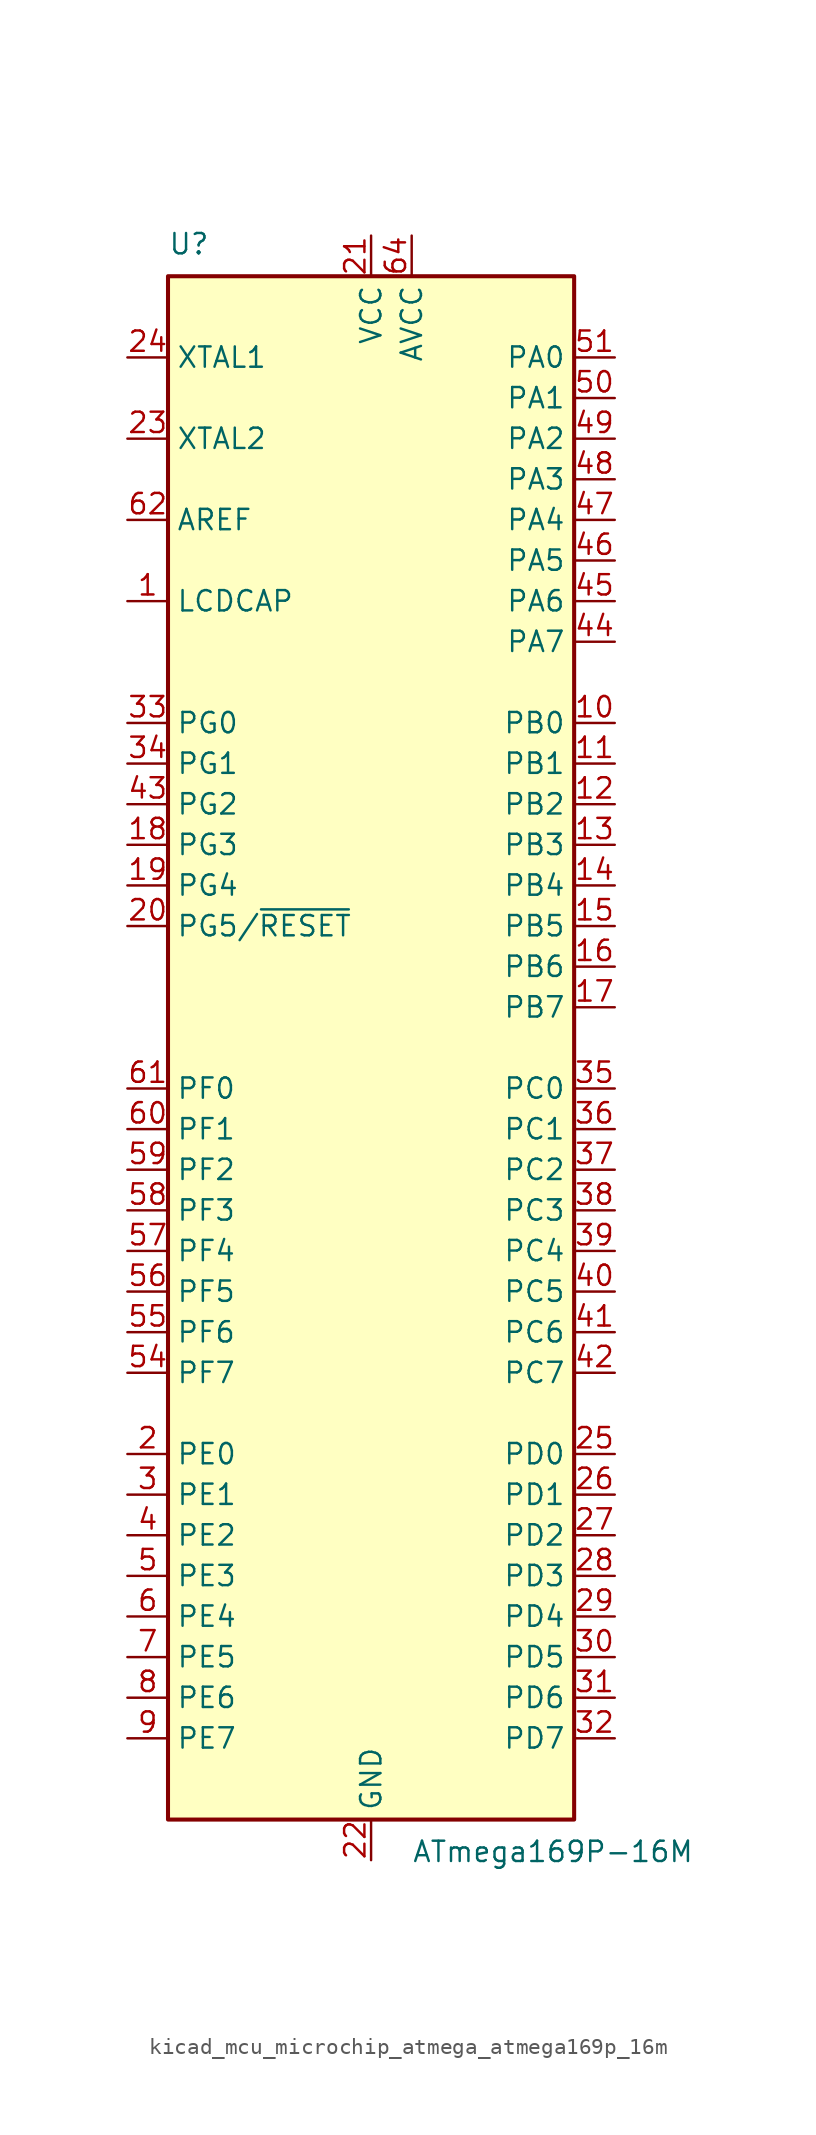
<source format=kicad_sym>
(kicad_symbol_lib
  (version 20220914)
  (generator kicad_symbol_editor)
  (symbol "kicad_mcu_microchip_atmega_atmega169p_16m"
    (property "Reference" "U"
      (at -12.7 49.53 0)
      (effects (font (size 1.27 1.27)) (justify left bottom)))
    (property "Value" "ATmega169P-16M"
      (at 2.54 -49.53 0)
      (effects (font (size 1.27 1.27)) (justify left top)))
    (symbol "kicad_mcu_microchip_atmega_atmega169p_16m_0_1"
      (rectangle (start -12.7 -48.26) (end 12.7 48.26) (stroke (width 0.254) (type default)) (fill (type background))))
    (symbol "kicad_mcu_microchip_atmega_atmega169p_16m_1_1"
      (pin passive line (at -15.24 27.94 0) (length 2.54) (name "LCDCAP" (effects (font (size 1.27 1.27)))) (number "1" (effects (font (size 1.27 1.27)))))
      (pin bidirectional line (at 15.24 20.32 180) (length 2.54) (name "PB0" (effects (font (size 1.27 1.27)))) (number "10" (effects (font (size 1.27 1.27)))))
      (pin bidirectional line (at 15.24 17.78 180) (length 2.54) (name "PB1" (effects (font (size 1.27 1.27)))) (number "11" (effects (font (size 1.27 1.27)))))
      (pin bidirectional line (at 15.24 15.24 180) (length 2.54) (name "PB2" (effects (font (size 1.27 1.27)))) (number "12" (effects (font (size 1.27 1.27)))))
      (pin bidirectional line (at 15.24 12.7 180) (length 2.54) (name "PB3" (effects (font (size 1.27 1.27)))) (number "13" (effects (font (size 1.27 1.27)))))
      (pin bidirectional line (at 15.24 10.16 180) (length 2.54) (name "PB4" (effects (font (size 1.27 1.27)))) (number "14" (effects (font (size 1.27 1.27)))))
      (pin bidirectional line (at 15.24 7.62 180) (length 2.54) (name "PB5" (effects (font (size 1.27 1.27)))) (number "15" (effects (font (size 1.27 1.27)))))
      (pin bidirectional line (at 15.24 5.08 180) (length 2.54) (name "PB6" (effects (font (size 1.27 1.27)))) (number "16" (effects (font (size 1.27 1.27)))))
      (pin bidirectional line (at 15.24 2.54 180) (length 2.54) (name "PB7" (effects (font (size 1.27 1.27)))) (number "17" (effects (font (size 1.27 1.27)))))
      (pin bidirectional line (at -15.24 12.7 0) (length 2.54) (name "PG3" (effects (font (size 1.27 1.27)))) (number "18" (effects (font (size 1.27 1.27)))))
      (pin bidirectional line (at -15.24 10.16 0) (length 2.54) (name "PG4" (effects (font (size 1.27 1.27)))) (number "19" (effects (font (size 1.27 1.27)))))
      (pin bidirectional line (at -15.24 -25.4 0) (length 2.54) (name "PE0" (effects (font (size 1.27 1.27)))) (number "2" (effects (font (size 1.27 1.27)))))
      (pin bidirectional line (at -15.24 7.62 0) (length 2.54) (name "PG5/~{RESET}" (effects (font (size 1.27 1.27)))) (number "20" (effects (font (size 1.27 1.27)))))
      (pin power_in line (at 0 50.8 270) (length 2.54) (name "VCC" (effects (font (size 1.27 1.27)))) (number "21" (effects (font (size 1.27 1.27)))))
      (pin power_in line (at 0 -50.8 90) (length 2.54) (name "GND" (effects (font (size 1.27 1.27)))) (number "22" (effects (font (size 1.27 1.27)))))
      (pin output line (at -15.24 38.1 0) (length 2.54) (name "XTAL2" (effects (font (size 1.27 1.27)))) (number "23" (effects (font (size 1.27 1.27)))))
      (pin input line (at -15.24 43.18 0) (length 2.54) (name "XTAL1" (effects (font (size 1.27 1.27)))) (number "24" (effects (font (size 1.27 1.27)))))
      (pin bidirectional line (at 15.24 -25.4 180) (length 2.54) (name "PD0" (effects (font (size 1.27 1.27)))) (number "25" (effects (font (size 1.27 1.27)))))
      (pin bidirectional line (at 15.24 -27.94 180) (length 2.54) (name "PD1" (effects (font (size 1.27 1.27)))) (number "26" (effects (font (size 1.27 1.27)))))
      (pin bidirectional line (at 15.24 -30.48 180) (length 2.54) (name "PD2" (effects (font (size 1.27 1.27)))) (number "27" (effects (font (size 1.27 1.27)))))
      (pin bidirectional line (at 15.24 -33.02 180) (length 2.54) (name "PD3" (effects (font (size 1.27 1.27)))) (number "28" (effects (font (size 1.27 1.27)))))
      (pin bidirectional line (at 15.24 -35.56 180) (length 2.54) (name "PD4" (effects (font (size 1.27 1.27)))) (number "29" (effects (font (size 1.27 1.27)))))
      (pin bidirectional line (at -15.24 -27.94 0) (length 2.54) (name "PE1" (effects (font (size 1.27 1.27)))) (number "3" (effects (font (size 1.27 1.27)))))
      (pin bidirectional line (at 15.24 -38.1 180) (length 2.54) (name "PD5" (effects (font (size 1.27 1.27)))) (number "30" (effects (font (size 1.27 1.27)))))
      (pin bidirectional line (at 15.24 -40.64 180) (length 2.54) (name "PD6" (effects (font (size 1.27 1.27)))) (number "31" (effects (font (size 1.27 1.27)))))
      (pin bidirectional line (at 15.24 -43.18 180) (length 2.54) (name "PD7" (effects (font (size 1.27 1.27)))) (number "32" (effects (font (size 1.27 1.27)))))
      (pin bidirectional line (at -15.24 20.32 0) (length 2.54) (name "PG0" (effects (font (size 1.27 1.27)))) (number "33" (effects (font (size 1.27 1.27)))))
      (pin bidirectional line (at -15.24 17.78 0) (length 2.54) (name "PG1" (effects (font (size 1.27 1.27)))) (number "34" (effects (font (size 1.27 1.27)))))
      (pin bidirectional line (at 15.24 -2.54 180) (length 2.54) (name "PC0" (effects (font (size 1.27 1.27)))) (number "35" (effects (font (size 1.27 1.27)))))
      (pin bidirectional line (at 15.24 -5.08 180) (length 2.54) (name "PC1" (effects (font (size 1.27 1.27)))) (number "36" (effects (font (size 1.27 1.27)))))
      (pin bidirectional line (at 15.24 -7.62 180) (length 2.54) (name "PC2" (effects (font (size 1.27 1.27)))) (number "37" (effects (font (size 1.27 1.27)))))
      (pin bidirectional line (at 15.24 -10.16 180) (length 2.54) (name "PC3" (effects (font (size 1.27 1.27)))) (number "38" (effects (font (size 1.27 1.27)))))
      (pin bidirectional line (at 15.24 -12.7 180) (length 2.54) (name "PC4" (effects (font (size 1.27 1.27)))) (number "39" (effects (font (size 1.27 1.27)))))
      (pin bidirectional line (at -15.24 -30.48 0) (length 2.54) (name "PE2" (effects (font (size 1.27 1.27)))) (number "4" (effects (font (size 1.27 1.27)))))
      (pin bidirectional line (at 15.24 -15.24 180) (length 2.54) (name "PC5" (effects (font (size 1.27 1.27)))) (number "40" (effects (font (size 1.27 1.27)))))
      (pin bidirectional line (at 15.24 -17.78 180) (length 2.54) (name "PC6" (effects (font (size 1.27 1.27)))) (number "41" (effects (font (size 1.27 1.27)))))
      (pin bidirectional line (at 15.24 -20.32 180) (length 2.54) (name "PC7" (effects (font (size 1.27 1.27)))) (number "42" (effects (font (size 1.27 1.27)))))
      (pin bidirectional line (at -15.24 15.24 0) (length 2.54) (name "PG2" (effects (font (size 1.27 1.27)))) (number "43" (effects (font (size 1.27 1.27)))))
      (pin bidirectional line (at 15.24 25.4 180) (length 2.54) (name "PA7" (effects (font (size 1.27 1.27)))) (number "44" (effects (font (size 1.27 1.27)))))
      (pin bidirectional line (at 15.24 27.94 180) (length 2.54) (name "PA6" (effects (font (size 1.27 1.27)))) (number "45" (effects (font (size 1.27 1.27)))))
      (pin bidirectional line (at 15.24 30.48 180) (length 2.54) (name "PA5" (effects (font (size 1.27 1.27)))) (number "46" (effects (font (size 1.27 1.27)))))
      (pin bidirectional line (at 15.24 33.02 180) (length 2.54) (name "PA4" (effects (font (size 1.27 1.27)))) (number "47" (effects (font (size 1.27 1.27)))))
      (pin bidirectional line (at 15.24 35.56 180) (length 2.54) (name "PA3" (effects (font (size 1.27 1.27)))) (number "48" (effects (font (size 1.27 1.27)))))
      (pin bidirectional line (at 15.24 38.1 180) (length 2.54) (name "PA2" (effects (font (size 1.27 1.27)))) (number "49" (effects (font (size 1.27 1.27)))))
      (pin bidirectional line (at -15.24 -33.02 0) (length 2.54) (name "PE3" (effects (font (size 1.27 1.27)))) (number "5" (effects (font (size 1.27 1.27)))))
      (pin bidirectional line (at 15.24 40.64 180) (length 2.54) (name "PA1" (effects (font (size 1.27 1.27)))) (number "50" (effects (font (size 1.27 1.27)))))
      (pin bidirectional line (at 15.24 43.18 180) (length 2.54) (name "PA0" (effects (font (size 1.27 1.27)))) (number "51" (effects (font (size 1.27 1.27)))))
      (pin passive line (at 0 50.8 270) (length 2.54) hide (name "VCC" (effects (font (size 1.27 1.27)))) (number "52" (effects (font (size 1.27 1.27)))))
      (pin passive line (at 0 -50.8 90) (length 2.54) hide (name "GND" (effects (font (size 1.27 1.27)))) (number "53" (effects (font (size 1.27 1.27)))))
      (pin bidirectional line (at -15.24 -20.32 0) (length 2.54) (name "PF7" (effects (font (size 1.27 1.27)))) (number "54" (effects (font (size 1.27 1.27)))))
      (pin bidirectional line (at -15.24 -17.78 0) (length 2.54) (name "PF6" (effects (font (size 1.27 1.27)))) (number "55" (effects (font (size 1.27 1.27)))))
      (pin bidirectional line (at -15.24 -15.24 0) (length 2.54) (name "PF5" (effects (font (size 1.27 1.27)))) (number "56" (effects (font (size 1.27 1.27)))))
      (pin bidirectional line (at -15.24 -12.7 0) (length 2.54) (name "PF4" (effects (font (size 1.27 1.27)))) (number "57" (effects (font (size 1.27 1.27)))))
      (pin bidirectional line (at -15.24 -10.16 0) (length 2.54) (name "PF3" (effects (font (size 1.27 1.27)))) (number "58" (effects (font (size 1.27 1.27)))))
      (pin bidirectional line (at -15.24 -7.62 0) (length 2.54) (name "PF2" (effects (font (size 1.27 1.27)))) (number "59" (effects (font (size 1.27 1.27)))))
      (pin bidirectional line (at -15.24 -35.56 0) (length 2.54) (name "PE4" (effects (font (size 1.27 1.27)))) (number "6" (effects (font (size 1.27 1.27)))))
      (pin bidirectional line (at -15.24 -5.08 0) (length 2.54) (name "PF1" (effects (font (size 1.27 1.27)))) (number "60" (effects (font (size 1.27 1.27)))))
      (pin bidirectional line (at -15.24 -2.54 0) (length 2.54) (name "PF0" (effects (font (size 1.27 1.27)))) (number "61" (effects (font (size 1.27 1.27)))))
      (pin passive line (at -15.24 33.02 0) (length 2.54) (name "AREF" (effects (font (size 1.27 1.27)))) (number "62" (effects (font (size 1.27 1.27)))))
      (pin passive line (at 0 -50.8 90) (length 2.54) hide (name "GND" (effects (font (size 1.27 1.27)))) (number "63" (effects (font (size 1.27 1.27)))))
      (pin power_in line (at 2.54 50.8 270) (length 2.54) (name "AVCC" (effects (font (size 1.27 1.27)))) (number "64" (effects (font (size 1.27 1.27)))))
      (pin passive line (at 0 -50.8 90) (length 2.54) hide (name "GND" (effects (font (size 1.27 1.27)))) (number "65" (effects (font (size 1.27 1.27)))))
      (pin bidirectional line (at -15.24 -38.1 0) (length 2.54) (name "PE5" (effects (font (size 1.27 1.27)))) (number "7" (effects (font (size 1.27 1.27)))))
      (pin bidirectional line (at -15.24 -40.64 0) (length 2.54) (name "PE6" (effects (font (size 1.27 1.27)))) (number "8" (effects (font (size 1.27 1.27)))))
      (pin bidirectional line (at -15.24 -43.18 0) (length 2.54) (name "PE7" (effects (font (size 1.27 1.27)))) (number "9" (effects (font (size 1.27 1.27))))))))
</source>
